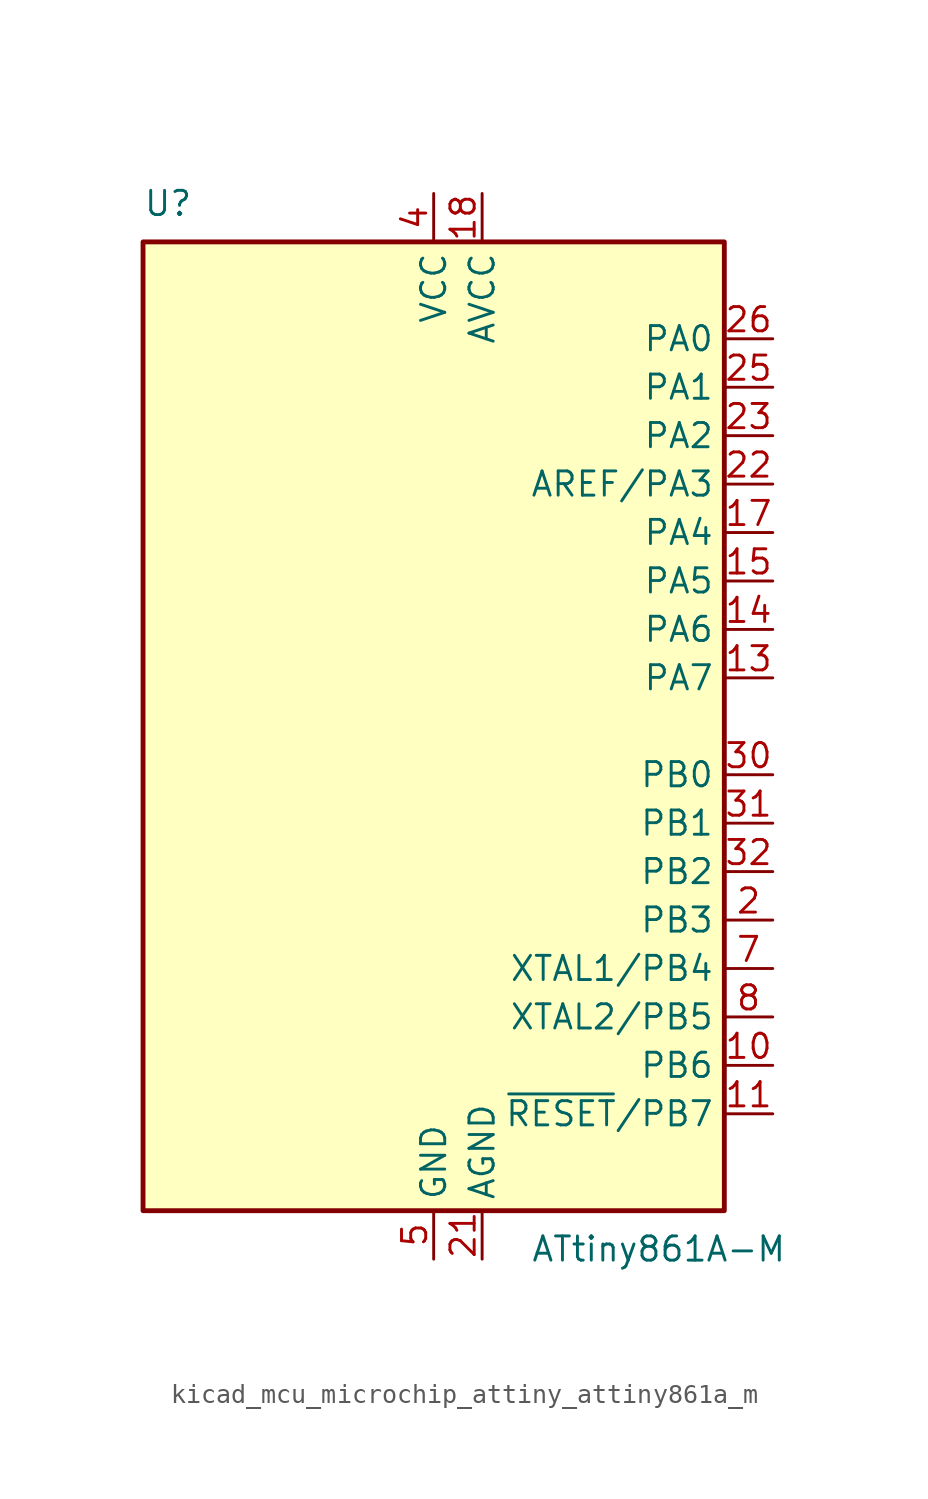
<source format=kicad_sym>
(kicad_symbol_lib
  (version 20220914)
  (generator kicad_symbol_editor)
  (symbol "kicad_mcu_microchip_attiny_attiny861a_m"
    (property "Reference" "U"
      (at -15.24 26.67 0)
      (effects (font (size 1.27 1.27)) (justify left bottom)))
    (property "Value" "ATtiny861A-M"
      (at 5.08 -26.67 0)
      (effects (font (size 1.27 1.27)) (justify left top)))
    (symbol "kicad_mcu_microchip_attiny_attiny861a_m_0_1"
      (rectangle (start -15.24 -25.4) (end 15.24 25.4) (stroke (width 0.254) (type default)) (fill (type background))))
    (symbol "kicad_mcu_microchip_attiny_attiny861a_m_1_1"
      (pin no_connect line (at -15.24 5.08 0) (length 2.54) hide (name "NC" (effects (font (size 1.27 1.27)))) (number "1" (effects (font (size 1.27 1.27)))))
      (pin bidirectional line (at 17.78 -17.78 180) (length 2.54) (name "PB6" (effects (font (size 1.27 1.27)))) (number "10" (effects (font (size 1.27 1.27)))))
      (pin bidirectional line (at 17.78 -20.32 180) (length 2.54) (name "~{RESET}/PB7" (effects (font (size 1.27 1.27)))) (number "11" (effects (font (size 1.27 1.27)))))
      (pin no_connect line (at -15.24 -5.08 0) (length 2.54) hide (name "NC" (effects (font (size 1.27 1.27)))) (number "12" (effects (font (size 1.27 1.27)))))
      (pin bidirectional line (at 17.78 2.54 180) (length 2.54) (name "PA7" (effects (font (size 1.27 1.27)))) (number "13" (effects (font (size 1.27 1.27)))))
      (pin bidirectional line (at 17.78 5.08 180) (length 2.54) (name "PA6" (effects (font (size 1.27 1.27)))) (number "14" (effects (font (size 1.27 1.27)))))
      (pin bidirectional line (at 17.78 7.62 180) (length 2.54) (name "PA5" (effects (font (size 1.27 1.27)))) (number "15" (effects (font (size 1.27 1.27)))))
      (pin no_connect line (at -15.24 -7.62 0) (length 2.54) hide (name "NC" (effects (font (size 1.27 1.27)))) (number "16" (effects (font (size 1.27 1.27)))))
      (pin bidirectional line (at 17.78 10.16 180) (length 2.54) (name "PA4" (effects (font (size 1.27 1.27)))) (number "17" (effects (font (size 1.27 1.27)))))
      (pin power_in line (at 2.54 27.94 270) (length 2.54) (name "AVCC" (effects (font (size 1.27 1.27)))) (number "18" (effects (font (size 1.27 1.27)))))
      (pin no_connect line (at -15.24 -10.16 0) (length 2.54) hide (name "NC" (effects (font (size 1.27 1.27)))) (number "19" (effects (font (size 1.27 1.27)))))
      (pin bidirectional line (at 17.78 -10.16 180) (length 2.54) (name "PB3" (effects (font (size 1.27 1.27)))) (number "2" (effects (font (size 1.27 1.27)))))
      (pin no_connect line (at -15.24 -12.7 0) (length 2.54) hide (name "NC" (effects (font (size 1.27 1.27)))) (number "20" (effects (font (size 1.27 1.27)))))
      (pin power_in line (at 2.54 -27.94 90) (length 2.54) (name "AGND" (effects (font (size 1.27 1.27)))) (number "21" (effects (font (size 1.27 1.27)))))
      (pin bidirectional line (at 17.78 12.7 180) (length 2.54) (name "AREF/PA3" (effects (font (size 1.27 1.27)))) (number "22" (effects (font (size 1.27 1.27)))))
      (pin bidirectional line (at 17.78 15.24 180) (length 2.54) (name "PA2" (effects (font (size 1.27 1.27)))) (number "23" (effects (font (size 1.27 1.27)))))
      (pin no_connect line (at -15.24 -15.24 0) (length 2.54) hide (name "NC" (effects (font (size 1.27 1.27)))) (number "24" (effects (font (size 1.27 1.27)))))
      (pin bidirectional line (at 17.78 17.78 180) (length 2.54) (name "PA1" (effects (font (size 1.27 1.27)))) (number "25" (effects (font (size 1.27 1.27)))))
      (pin bidirectional line (at 17.78 20.32 180) (length 2.54) (name "PA0" (effects (font (size 1.27 1.27)))) (number "26" (effects (font (size 1.27 1.27)))))
      (pin no_connect line (at -15.24 -17.78 0) (length 2.54) hide (name "NC" (effects (font (size 1.27 1.27)))) (number "27" (effects (font (size 1.27 1.27)))))
      (pin no_connect line (at -15.24 -20.32 0) (length 2.54) hide (name "NC" (effects (font (size 1.27 1.27)))) (number "28" (effects (font (size 1.27 1.27)))))
      (pin no_connect line (at -15.24 -22.86 0) (length 2.54) hide (name "NC" (effects (font (size 1.27 1.27)))) (number "29" (effects (font (size 1.27 1.27)))))
      (pin no_connect line (at -15.24 2.54 0) (length 2.54) hide (name "NC" (effects (font (size 1.27 1.27)))) (number "3" (effects (font (size 1.27 1.27)))))
      (pin bidirectional line (at 17.78 -2.54 180) (length 2.54) (name "PB0" (effects (font (size 1.27 1.27)))) (number "30" (effects (font (size 1.27 1.27)))))
      (pin bidirectional line (at 17.78 -5.08 180) (length 2.54) (name "PB1" (effects (font (size 1.27 1.27)))) (number "31" (effects (font (size 1.27 1.27)))))
      (pin bidirectional line (at 17.78 -7.62 180) (length 2.54) (name "PB2" (effects (font (size 1.27 1.27)))) (number "32" (effects (font (size 1.27 1.27)))))
      (pin passive line (at 0 -27.94 90) (length 2.54) hide (name "GND" (effects (font (size 1.27 1.27)))) (number "33" (effects (font (size 1.27 1.27)))))
      (pin power_in line (at 0 27.94 270) (length 2.54) (name "VCC" (effects (font (size 1.27 1.27)))) (number "4" (effects (font (size 1.27 1.27)))))
      (pin power_in line (at 0 -27.94 90) (length 2.54) (name "GND" (effects (font (size 1.27 1.27)))) (number "5" (effects (font (size 1.27 1.27)))))
      (pin no_connect line (at -15.24 0 0) (length 2.54) hide (name "NC" (effects (font (size 1.27 1.27)))) (number "6" (effects (font (size 1.27 1.27)))))
      (pin bidirectional line (at 17.78 -12.7 180) (length 2.54) (name "XTAL1/PB4" (effects (font (size 1.27 1.27)))) (number "7" (effects (font (size 1.27 1.27)))))
      (pin bidirectional line (at 17.78 -15.24 180) (length 2.54) (name "XTAL2/PB5" (effects (font (size 1.27 1.27)))) (number "8" (effects (font (size 1.27 1.27)))))
      (pin no_connect line (at -15.24 -2.54 0) (length 2.54) hide (name "NC" (effects (font (size 1.27 1.27)))) (number "9" (effects (font (size 1.27 1.27))))))))
</source>
